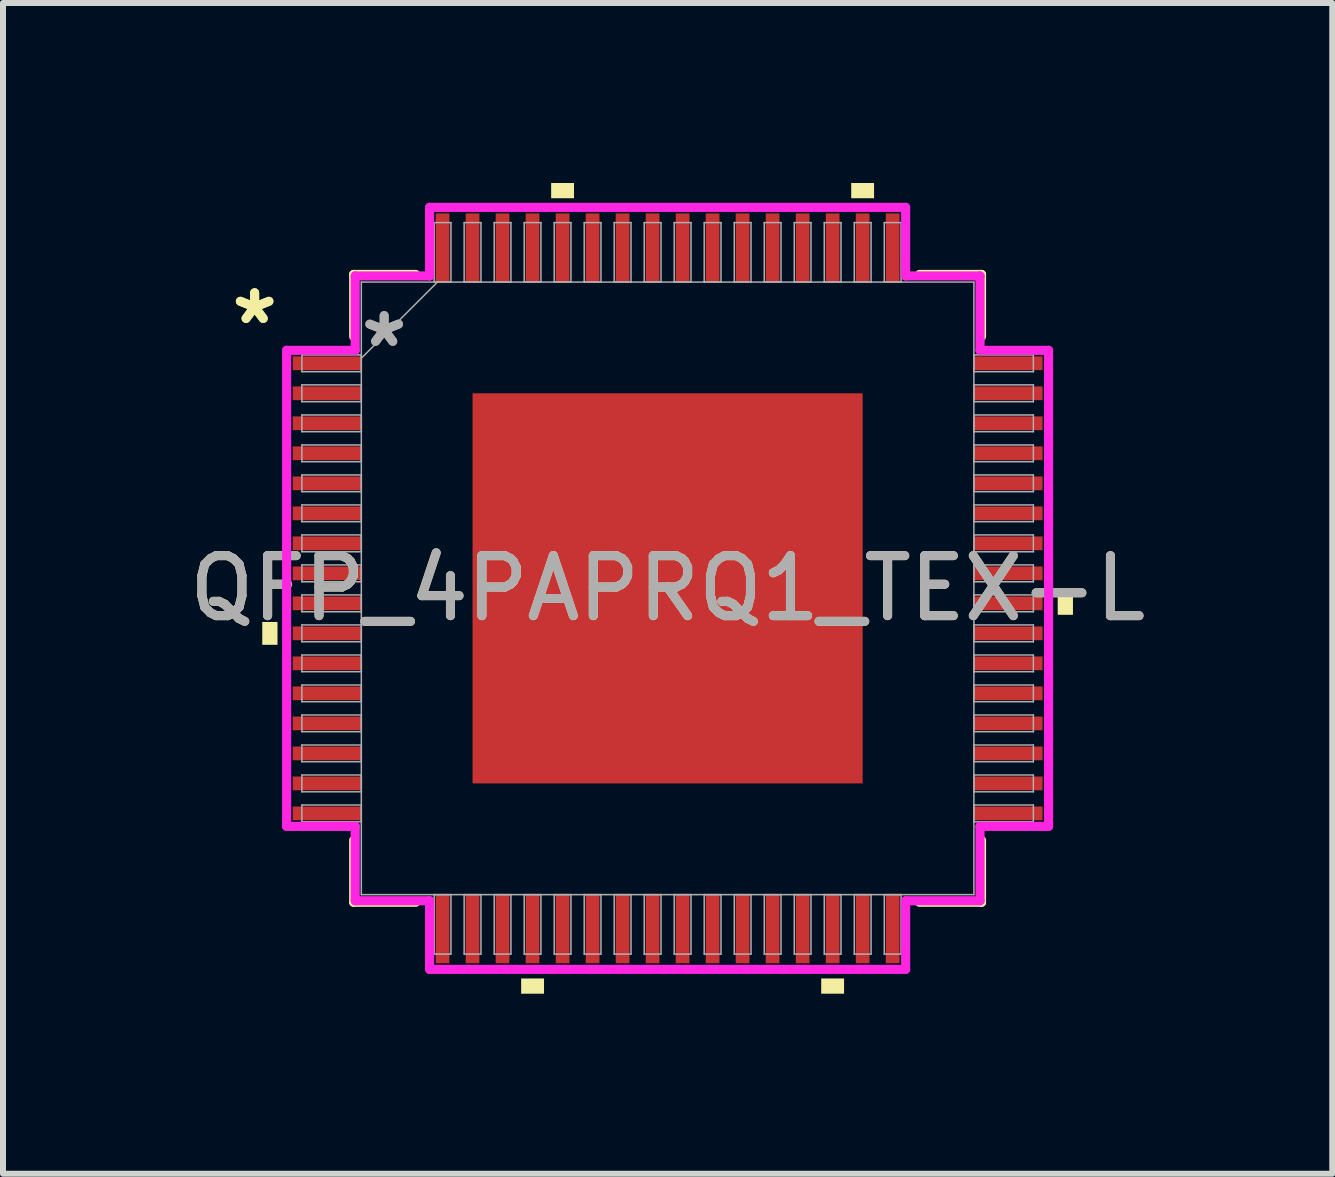
<source format=kicad_pcb>
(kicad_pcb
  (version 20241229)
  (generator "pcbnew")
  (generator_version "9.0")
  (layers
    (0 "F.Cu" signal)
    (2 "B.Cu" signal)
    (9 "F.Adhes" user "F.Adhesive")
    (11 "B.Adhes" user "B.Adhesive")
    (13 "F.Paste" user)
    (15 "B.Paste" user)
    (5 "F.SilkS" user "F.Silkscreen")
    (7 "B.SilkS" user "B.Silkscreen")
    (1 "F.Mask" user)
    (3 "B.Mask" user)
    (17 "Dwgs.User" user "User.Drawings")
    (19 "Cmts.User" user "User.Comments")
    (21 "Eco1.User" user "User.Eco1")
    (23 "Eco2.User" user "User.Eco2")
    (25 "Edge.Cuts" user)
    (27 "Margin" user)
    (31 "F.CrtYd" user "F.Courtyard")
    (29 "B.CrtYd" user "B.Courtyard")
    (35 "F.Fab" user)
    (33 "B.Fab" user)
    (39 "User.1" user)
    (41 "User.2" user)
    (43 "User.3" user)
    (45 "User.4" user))
  (footprint "QFP_4PAPRQ1_TEX-L"
    (layer "F.Cu")
    (at 8.077 6.756)
    (property "Reference" "QFP_4PAPRQ1_TEX-L" (at 0 0 0) (unlocked yes) (layer "F.SilkS") (effects (font (size 1 1) (thickness 0.15))))
    (attr smd)
    (fp_line (start -5.232 -5.232) (end -5.232 -4.198) (stroke (width 0.152) (type solid)) (layer "F.SilkS"))
    (fp_line (start -5.232 4.198) (end -5.232 5.232) (stroke (width 0.152) (type solid)) (layer "F.SilkS"))
    (fp_line (start -5.232 5.232) (end -4.198 5.232) (stroke (width 0.152) (type solid)) (layer "F.SilkS"))
    (fp_line (start -4.198 -5.232) (end -5.232 -5.232) (stroke (width 0.152) (type solid)) (layer "F.SilkS"))
    (fp_line (start 4.198 5.232) (end 5.232 5.232) (stroke (width 0.152) (type solid)) (layer "F.SilkS"))
    (fp_line (start 5.232 -5.232) (end 4.198 -5.232) (stroke (width 0.152) (type solid)) (layer "F.SilkS"))
    (fp_line (start 5.232 -4.198) (end 5.232 -5.232) (stroke (width 0.152) (type solid)) (layer "F.SilkS"))
    (fp_line (start 5.232 5.232) (end 5.232 4.198) (stroke (width 0.152) (type solid)) (layer "F.SilkS"))
    (fp_poly (pts (xy -6.756 0.56) (xy -6.756 0.941) (xy -6.502 0.941) (xy -6.502 0.56)) (stroke (width 0) (type solid)) (fill yes) (layer "F.SilkS"))
    (fp_poly (pts (xy -2.441 6.502) (xy -2.441 6.756) (xy -2.06 6.756) (xy -2.06 6.502)) (stroke (width 0) (type solid)) (fill yes) (layer "F.SilkS"))
    (fp_poly (pts (xy -1.941 -6.502) (xy -1.941 -6.756) (xy -1.56 -6.756) (xy -1.56 -6.502)) (stroke (width 0) (type solid)) (fill yes) (layer "F.SilkS"))
    (fp_poly (pts (xy 2.56 6.502) (xy 2.56 6.756) (xy 2.941 6.756) (xy 2.941 6.502)) (stroke (width 0) (type solid)) (fill yes) (layer "F.SilkS"))
    (fp_poly (pts (xy 3.06 -6.502) (xy 3.06 -6.756) (xy 3.441 -6.756) (xy 3.441 -6.502)) (stroke (width 0) (type solid)) (fill yes) (layer "F.SilkS"))
    (fp_poly (pts (xy 6.756 0.06) (xy 6.756 0.441) (xy 6.502 0.441) (xy 6.502 0.06)) (stroke (width 0) (type solid)) (fill yes) (layer "F.SilkS"))
    (fp_poly (pts (xy -3.151 -3.151) (xy -3.151 -2.051) (xy -2.051 -2.051) (xy -2.051 -3.151)) (stroke (width 0) (type solid)) (fill yes) (layer "F.Paste"))
    (fp_poly (pts (xy -3.151 -1.851) (xy -3.151 -0.75) (xy -2.051 -0.75) (xy -2.051 -1.851)) (stroke (width 0) (type solid)) (fill yes) (layer "F.Paste"))
    (fp_poly (pts (xy -3.151 -0.55) (xy -3.151 0.55) (xy -2.051 0.55) (xy -2.051 -0.55)) (stroke (width 0) (type solid)) (fill yes) (layer "F.Paste"))
    (fp_poly (pts (xy -3.151 0.75) (xy -3.151 1.851) (xy -2.051 1.851) (xy -2.051 0.75)) (stroke (width 0) (type solid)) (fill yes) (layer "F.Paste"))
    (fp_poly (pts (xy -3.151 2.051) (xy -3.151 3.151) (xy -2.051 3.151) (xy -2.051 2.051)) (stroke (width 0) (type solid)) (fill yes) (layer "F.Paste"))
    (fp_poly (pts (xy -1.851 -3.151) (xy -1.851 -2.051) (xy -0.75 -2.051) (xy -0.75 -3.151)) (stroke (width 0) (type solid)) (fill yes) (layer "F.Paste"))
    (fp_poly (pts (xy -1.851 -1.851) (xy -1.851 -0.75) (xy -0.75 -0.75) (xy -0.75 -1.851)) (stroke (width 0) (type solid)) (fill yes) (layer "F.Paste"))
    (fp_poly (pts (xy -1.851 -0.55) (xy -1.851 0.55) (xy -0.75 0.55) (xy -0.75 -0.55)) (stroke (width 0) (type solid)) (fill yes) (layer "F.Paste"))
    (fp_poly (pts (xy -1.851 0.75) (xy -1.851 1.851) (xy -0.75 1.851) (xy -0.75 0.75)) (stroke (width 0) (type solid)) (fill yes) (layer "F.Paste"))
    (fp_poly (pts (xy -1.851 2.051) (xy -1.851 3.151) (xy -0.75 3.151) (xy -0.75 2.051)) (stroke (width 0) (type solid)) (fill yes) (layer "F.Paste"))
    (fp_poly (pts (xy -0.55 -3.151) (xy -0.55 -2.051) (xy 0.55 -2.051) (xy 0.55 -3.151)) (stroke (width 0) (type solid)) (fill yes) (layer "F.Paste"))
    (fp_poly (pts (xy -0.55 -1.851) (xy -0.55 -0.75) (xy 0.55 -0.75) (xy 0.55 -1.851)) (stroke (width 0) (type solid)) (fill yes) (layer "F.Paste"))
    (fp_poly (pts (xy -0.55 -0.55) (xy -0.55 0.55) (xy 0.55 0.55) (xy 0.55 -0.55)) (stroke (width 0) (type solid)) (fill yes) (layer "F.Paste"))
    (fp_poly (pts (xy -0.55 0.75) (xy -0.55 1.851) (xy 0.55 1.851) (xy 0.55 0.75)) (stroke (width 0) (type solid)) (fill yes) (layer "F.Paste"))
    (fp_poly (pts (xy -0.55 2.051) (xy -0.55 3.151) (xy 0.55 3.151) (xy 0.55 2.051)) (stroke (width 0) (type solid)) (fill yes) (layer "F.Paste"))
    (fp_poly (pts (xy 0.75 -3.151) (xy 0.75 -2.051) (xy 1.851 -2.051) (xy 1.851 -3.151)) (stroke (width 0) (type solid)) (fill yes) (layer "F.Paste"))
    (fp_poly (pts (xy 0.75 -1.851) (xy 0.75 -0.75) (xy 1.851 -0.75) (xy 1.851 -1.851)) (stroke (width 0) (type solid)) (fill yes) (layer "F.Paste"))
    (fp_poly (pts (xy 0.75 -0.55) (xy 0.75 0.55) (xy 1.851 0.55) (xy 1.851 -0.55)) (stroke (width 0) (type solid)) (fill yes) (layer "F.Paste"))
    (fp_poly (pts (xy 0.75 0.75) (xy 0.75 1.851) (xy 1.851 1.851) (xy 1.851 0.75)) (stroke (width 0) (type solid)) (fill yes) (layer "F.Paste"))
    (fp_poly (pts (xy 0.75 2.051) (xy 0.75 3.151) (xy 1.851 3.151) (xy 1.851 2.051)) (stroke (width 0) (type solid)) (fill yes) (layer "F.Paste"))
    (fp_poly (pts (xy 2.051 -3.151) (xy 2.051 -2.051) (xy 3.151 -2.051) (xy 3.151 -3.151)) (stroke (width 0) (type solid)) (fill yes) (layer "F.Paste"))
    (fp_poly (pts (xy 2.051 -1.851) (xy 2.051 -0.75) (xy 3.151 -0.75) (xy 3.151 -1.851)) (stroke (width 0) (type solid)) (fill yes) (layer "F.Paste"))
    (fp_poly (pts (xy 2.051 -0.55) (xy 2.051 0.55) (xy 3.151 0.55) (xy 3.151 -0.55)) (stroke (width 0) (type solid)) (fill yes) (layer "F.Paste"))
    (fp_poly (pts (xy 2.051 0.75) (xy 2.051 1.851) (xy 3.151 1.851) (xy 3.151 0.75)) (stroke (width 0) (type solid)) (fill yes) (layer "F.Paste"))
    (fp_poly (pts (xy 2.051 2.051) (xy 2.051 3.151) (xy 3.151 3.151) (xy 3.151 2.051)) (stroke (width 0) (type solid)) (fill yes) (layer "F.Paste"))
    (fp_line (start -6.35 -3.967) (end -5.207 -3.967) (stroke (width 0.152) (type solid)) (layer "F.CrtYd"))
    (fp_line (start -6.35 3.967) (end -6.35 -3.967) (stroke (width 0.152) (type solid)) (layer "F.CrtYd"))
    (fp_line (start -5.207 -5.207) (end -3.967 -5.207) (stroke (width 0.152) (type solid)) (layer "F.CrtYd"))
    (fp_line (start -5.207 -3.967) (end -5.207 -5.207) (stroke (width 0.152) (type solid)) (layer "F.CrtYd"))
    (fp_line (start -5.207 3.967) (end -6.35 3.967) (stroke (width 0.152) (type solid)) (layer "F.CrtYd"))
    (fp_line (start -5.207 5.207) (end -5.207 3.967) (stroke (width 0.152) (type solid)) (layer "F.CrtYd"))
    (fp_line (start -5.207 5.207) (end -3.967 5.207) (stroke (width 0.152) (type solid)) (layer "F.CrtYd"))
    (fp_line (start -3.967 -6.35) (end 3.967 -6.35) (stroke (width 0.152) (type solid)) (layer "F.CrtYd"))
    (fp_line (start -3.967 -5.207) (end -3.967 -6.35) (stroke (width 0.152) (type solid)) (layer "F.CrtYd"))
    (fp_line (start -3.967 5.207) (end -3.967 6.35) (stroke (width 0.152) (type solid)) (layer "F.CrtYd"))
    (fp_line (start -3.967 6.35) (end 3.967 6.35) (stroke (width 0.152) (type solid)) (layer "F.CrtYd"))
    (fp_line (start 3.967 -6.35) (end 3.967 -5.207) (stroke (width 0.152) (type solid)) (layer "F.CrtYd"))
    (fp_line (start 3.967 -5.207) (end 5.207 -5.207) (stroke (width 0.152) (type solid)) (layer "F.CrtYd"))
    (fp_line (start 3.967 5.207) (end 5.207 5.207) (stroke (width 0.152) (type solid)) (layer "F.CrtYd"))
    (fp_line (start 3.967 6.35) (end 3.967 5.207) (stroke (width 0.152) (type solid)) (layer "F.CrtYd"))
    (fp_line (start 5.207 -3.967) (end 5.207 -5.207) (stroke (width 0.152) (type solid)) (layer "F.CrtYd"))
    (fp_line (start 5.207 3.967) (end 6.35 3.967) (stroke (width 0.152) (type solid)) (layer "F.CrtYd"))
    (fp_line (start 5.207 5.207) (end 5.207 3.967) (stroke (width 0.152) (type solid)) (layer "F.CrtYd"))
    (fp_line (start 6.35 -3.967) (end 5.207 -3.967) (stroke (width 0.152) (type solid)) (layer "F.CrtYd"))
    (fp_line (start 6.35 3.967) (end 6.35 -3.967) (stroke (width 0.152) (type solid)) (layer "F.CrtYd"))
    (fp_line (start -6.096 -3.891) (end -6.096 -3.611) (stroke (width 0.025) (type solid)) (layer "F.Fab"))
    (fp_line (start -6.096 -3.611) (end -5.105 -3.611) (stroke (width 0.025) (type solid)) (layer "F.Fab"))
    (fp_line (start -6.096 -3.391) (end -6.096 -3.111) (stroke (width 0.025) (type solid)) (layer "F.Fab"))
    (fp_line (start -6.096 -3.111) (end -5.105 -3.111) (stroke (width 0.025) (type solid)) (layer "F.Fab"))
    (fp_line (start -6.096 -2.89) (end -6.096 -2.611) (stroke (width 0.025) (type solid)) (layer "F.Fab"))
    (fp_line (start -6.096 -2.611) (end -5.105 -2.611) (stroke (width 0.025) (type solid)) (layer "F.Fab"))
    (fp_line (start -6.096 -2.39) (end -6.096 -2.111) (stroke (width 0.025) (type solid)) (layer "F.Fab"))
    (fp_line (start -6.096 -2.111) (end -5.105 -2.111) (stroke (width 0.025) (type solid)) (layer "F.Fab"))
    (fp_line (start -6.096 -1.89) (end -6.096 -1.611) (stroke (width 0.025) (type solid)) (layer "F.Fab"))
    (fp_line (start -6.096 -1.611) (end -5.105 -1.611) (stroke (width 0.025) (type solid)) (layer "F.Fab"))
    (fp_line (start -6.096 -1.39) (end -6.096 -1.111) (stroke (width 0.025) (type solid)) (layer "F.Fab"))
    (fp_line (start -6.096 -1.111) (end -5.105 -1.111) (stroke (width 0.025) (type solid)) (layer "F.Fab"))
    (fp_line (start -6.096 -0.89) (end -6.096 -0.61) (stroke (width 0.025) (type solid)) (layer "F.Fab"))
    (fp_line (start -6.096 -0.61) (end -5.105 -0.61) (stroke (width 0.025) (type solid)) (layer "F.Fab"))
    (fp_line (start -6.096 -0.39) (end -6.096 -0.11) (stroke (width 0.025) (type solid)) (layer "F.Fab"))
    (fp_line (start -6.096 -0.11) (end -5.105 -0.11) (stroke (width 0.025) (type solid)) (layer "F.Fab"))
    (fp_line (start -6.096 0.11) (end -6.096 0.39) (stroke (width 0.025) (type solid)) (layer "F.Fab"))
    (fp_line (start -6.096 0.39) (end -5.105 0.39) (stroke (width 0.025) (type solid)) (layer "F.Fab"))
    (fp_line (start -6.096 0.61) (end -6.096 0.89) (stroke (width 0.025) (type solid)) (layer "F.Fab"))
    (fp_line (start -6.096 0.89) (end -5.105 0.89) (stroke (width 0.025) (type solid)) (layer "F.Fab"))
    (fp_line (start -6.096 1.111) (end -6.096 1.39) (stroke (width 0.025) (type solid)) (layer "F.Fab"))
    (fp_line (start -6.096 1.39) (end -5.105 1.39) (stroke (width 0.025) (type solid)) (layer "F.Fab"))
    (fp_line (start -6.096 1.611) (end -6.096 1.89) (stroke (width 0.025) (type solid)) (layer "F.Fab"))
    (fp_line (start -6.096 1.89) (end -5.105 1.89) (stroke (width 0.025) (type solid)) (layer "F.Fab"))
    (fp_line (start -6.096 2.111) (end -6.096 2.39) (stroke (width 0.025) (type solid)) (layer "F.Fab"))
    (fp_line (start -6.096 2.39) (end -5.105 2.39) (stroke (width 0.025) (type solid)) (layer "F.Fab"))
    (fp_line (start -6.096 2.611) (end -6.096 2.89) (stroke (width 0.025) (type solid)) (layer "F.Fab"))
    (fp_line (start -6.096 2.89) (end -5.105 2.89) (stroke (width 0.025) (type solid)) (layer "F.Fab"))
    (fp_line (start -6.096 3.111) (end -6.096 3.391) (stroke (width 0.025) (type solid)) (layer "F.Fab"))
    (fp_line (start -6.096 3.391) (end -5.105 3.391) (stroke (width 0.025) (type solid)) (layer "F.Fab"))
    (fp_line (start -6.096 3.611) (end -6.096 3.891) (stroke (width 0.025) (type solid)) (layer "F.Fab"))
    (fp_line (start -6.096 3.891) (end -5.105 3.891) (stroke (width 0.025) (type solid)) (layer "F.Fab"))
    (fp_line (start -5.105 -5.105) (end -5.105 5.105) (stroke (width 0.025) (type solid)) (layer "F.Fab"))
    (fp_line (start -5.105 -3.891) (end -6.096 -3.891) (stroke (width 0.025) (type solid)) (layer "F.Fab"))
    (fp_line (start -5.105 -3.835) (end -3.835 -5.105) (stroke (width 0.025) (type solid)) (layer "F.Fab"))
    (fp_line (start -5.105 -3.611) (end -5.105 -3.891) (stroke (width 0.025) (type solid)) (layer "F.Fab"))
    (fp_line (start -5.105 -3.391) (end -6.096 -3.391) (stroke (width 0.025) (type solid)) (layer "F.Fab"))
    (fp_line (start -5.105 -3.111) (end -5.105 -3.391) (stroke (width 0.025) (type solid)) (layer "F.Fab"))
    (fp_line (start -5.105 -2.89) (end -6.096 -2.89) (stroke (width 0.025) (type solid)) (layer "F.Fab"))
    (fp_line (start -5.105 -2.611) (end -5.105 -2.89) (stroke (width 0.025) (type solid)) (layer "F.Fab"))
    (fp_line (start -5.105 -2.39) (end -6.096 -2.39) (stroke (width 0.025) (type solid)) (layer "F.Fab"))
    (fp_line (start -5.105 -2.111) (end -5.105 -2.39) (stroke (width 0.025) (type solid)) (layer "F.Fab"))
    (fp_line (start -5.105 -1.89) (end -6.096 -1.89) (stroke (width 0.025) (type solid)) (layer "F.Fab"))
    (fp_line (start -5.105 -1.611) (end -5.105 -1.89) (stroke (width 0.025) (type solid)) (layer "F.Fab"))
    (fp_line (start -5.105 -1.39) (end -6.096 -1.39) (stroke (width 0.025) (type solid)) (layer "F.Fab"))
    (fp_line (start -5.105 -1.111) (end -5.105 -1.39) (stroke (width 0.025) (type solid)) (layer "F.Fab"))
    (fp_line (start -5.105 -0.89) (end -6.096 -0.89) (stroke (width 0.025) (type solid)) (layer "F.Fab"))
    (fp_line (start -5.105 -0.61) (end -5.105 -0.89) (stroke (width 0.025) (type solid)) (layer "F.Fab"))
    (fp_line (start -5.105 -0.39) (end -6.096 -0.39) (stroke (width 0.025) (type solid)) (layer "F.Fab"))
    (fp_line (start -5.105 -0.11) (end -5.105 -0.39) (stroke (width 0.025) (type solid)) (layer "F.Fab"))
    (fp_line (start -5.105 0.11) (end -6.096 0.11) (stroke (width 0.025) (type solid)) (layer "F.Fab"))
    (fp_line (start -5.105 0.39) (end -5.105 0.11) (stroke (width 0.025) (type solid)) (layer "F.Fab"))
    (fp_line (start -5.105 0.61) (end -6.096 0.61) (stroke (width 0.025) (type solid)) (layer "F.Fab"))
    (fp_line (start -5.105 0.89) (end -5.105 0.61) (stroke (width 0.025) (type solid)) (layer "F.Fab"))
    (fp_line (start -5.105 1.111) (end -6.096 1.111) (stroke (width 0.025) (type solid)) (layer "F.Fab"))
    (fp_line (start -5.105 1.39) (end -5.105 1.111) (stroke (width 0.025) (type solid)) (layer "F.Fab"))
    (fp_line (start -5.105 1.611) (end -6.096 1.611) (stroke (width 0.025) (type solid)) (layer "F.Fab"))
    (fp_line (start -5.105 1.89) (end -5.105 1.611) (stroke (width 0.025) (type solid)) (layer "F.Fab"))
    (fp_line (start -5.105 2.111) (end -6.096 2.111) (stroke (width 0.025) (type solid)) (layer "F.Fab"))
    (fp_line (start -5.105 2.39) (end -5.105 2.111) (stroke (width 0.025) (type solid)) (layer "F.Fab"))
    (fp_line (start -5.105 2.611) (end -6.096 2.611) (stroke (width 0.025) (type solid)) (layer "F.Fab"))
    (fp_line (start -5.105 2.89) (end -5.105 2.611) (stroke (width 0.025) (type solid)) (layer "F.Fab"))
    (fp_line (start -5.105 3.111) (end -6.096 3.111) (stroke (width 0.025) (type solid)) (layer "F.Fab"))
    (fp_line (start -5.105 3.391) (end -5.105 3.111) (stroke (width 0.025) (type solid)) (layer "F.Fab"))
    (fp_line (start -5.105 3.611) (end -6.096 3.611) (stroke (width 0.025) (type solid)) (layer "F.Fab"))
    (fp_line (start -5.105 3.891) (end -5.105 3.611) (stroke (width 0.025) (type solid)) (layer "F.Fab"))
    (fp_line (start -5.105 5.105) (end 5.105 5.105) (stroke (width 0.025) (type solid)) (layer "F.Fab"))
    (fp_line (start -3.891 -6.096) (end -3.891 -5.105) (stroke (width 0.025) (type solid)) (layer "F.Fab"))
    (fp_line (start -3.891 -5.105) (end -3.611 -5.105) (stroke (width 0.025) (type solid)) (layer "F.Fab"))
    (fp_line (start -3.891 5.105) (end -3.891 6.096) (stroke (width 0.025) (type solid)) (layer "F.Fab"))
    (fp_line (start -3.891 6.096) (end -3.611 6.096) (stroke (width 0.025) (type solid)) (layer "F.Fab"))
    (fp_line (start -3.611 -6.096) (end -3.891 -6.096) (stroke (width 0.025) (type solid)) (layer "F.Fab"))
    (fp_line (start -3.611 -5.105) (end -3.611 -6.096) (stroke (width 0.025) (type solid)) (layer "F.Fab"))
    (fp_line (start -3.611 5.105) (end -3.891 5.105) (stroke (width 0.025) (type solid)) (layer "F.Fab"))
    (fp_line (start -3.611 6.096) (end -3.611 5.105) (stroke (width 0.025) (type solid)) (layer "F.Fab"))
    (fp_line (start -3.391 -6.096) (end -3.391 -5.105) (stroke (width 0.025) (type solid)) (layer "F.Fab"))
    (fp_line (start -3.391 -5.105) (end -3.111 -5.105) (stroke (width 0.025) (type solid)) (layer "F.Fab"))
    (fp_line (start -3.391 5.105) (end -3.391 6.096) (stroke (width 0.025) (type solid)) (layer "F.Fab"))
    (fp_line (start -3.391 6.096) (end -3.111 6.096) (stroke (width 0.025) (type solid)) (layer "F.Fab"))
    (fp_line (start -3.111 -6.096) (end -3.391 -6.096) (stroke (width 0.025) (type solid)) (layer "F.Fab"))
    (fp_line (start -3.111 -5.105) (end -3.111 -6.096) (stroke (width 0.025) (type solid)) (layer "F.Fab"))
    (fp_line (start -3.111 5.105) (end -3.391 5.105) (stroke (width 0.025) (type solid)) (layer "F.Fab"))
    (fp_line (start -3.111 6.096) (end -3.111 5.105) (stroke (width 0.025) (type solid)) (layer "F.Fab"))
    (fp_line (start -2.89 -6.096) (end -2.89 -5.105) (stroke (width 0.025) (type solid)) (layer "F.Fab"))
    (fp_line (start -2.89 -5.105) (end -2.611 -5.105) (stroke (width 0.025) (type solid)) (layer "F.Fab"))
    (fp_line (start -2.89 5.105) (end -2.89 6.096) (stroke (width 0.025) (type solid)) (layer "F.Fab"))
    (fp_line (start -2.89 6.096) (end -2.611 6.096) (stroke (width 0.025) (type solid)) (layer "F.Fab"))
    (fp_line (start -2.611 -6.096) (end -2.89 -6.096) (stroke (width 0.025) (type solid)) (layer "F.Fab"))
    (fp_line (start -2.611 -5.105) (end -2.611 -6.096) (stroke (width 0.025) (type solid)) (layer "F.Fab"))
    (fp_line (start -2.611 5.105) (end -2.89 5.105) (stroke (width 0.025) (type solid)) (layer "F.Fab"))
    (fp_line (start -2.611 6.096) (end -2.611 5.105) (stroke (width 0.025) (type solid)) (layer "F.Fab"))
    (fp_line (start -2.39 -6.096) (end -2.39 -5.105) (stroke (width 0.025) (type solid)) (layer "F.Fab"))
    (fp_line (start -2.39 -5.105) (end -2.111 -5.105) (stroke (width 0.025) (type solid)) (layer "F.Fab"))
    (fp_line (start -2.39 5.105) (end -2.39 6.096) (stroke (width 0.025) (type solid)) (layer "F.Fab"))
    (fp_line (start -2.39 6.096) (end -2.111 6.096) (stroke (width 0.025) (type solid)) (layer "F.Fab"))
    (fp_line (start -2.111 -6.096) (end -2.39 -6.096) (stroke (width 0.025) (type solid)) (layer "F.Fab"))
    (fp_line (start -2.111 -5.105) (end -2.111 -6.096) (stroke (width 0.025) (type solid)) (layer "F.Fab"))
    (fp_line (start -2.111 5.105) (end -2.39 5.105) (stroke (width 0.025) (type solid)) (layer "F.Fab"))
    (fp_line (start -2.111 6.096) (end -2.111 5.105) (stroke (width 0.025) (type solid)) (layer "F.Fab"))
    (fp_line (start -1.89 -6.096) (end -1.89 -5.105) (stroke (width 0.025) (type solid)) (layer "F.Fab"))
    (fp_line (start -1.89 -5.105) (end -1.611 -5.105) (stroke (width 0.025) (type solid)) (layer "F.Fab"))
    (fp_line (start -1.89 5.105) (end -1.89 6.096) (stroke (width 0.025) (type solid)) (layer "F.Fab"))
    (fp_line (start -1.89 6.096) (end -1.611 6.096) (stroke (width 0.025) (type solid)) (layer "F.Fab"))
    (fp_line (start -1.611 -6.096) (end -1.89 -6.096) (stroke (width 0.025) (type solid)) (layer "F.Fab"))
    (fp_line (start -1.611 -5.105) (end -1.611 -6.096) (stroke (width 0.025) (type solid)) (layer "F.Fab"))
    (fp_line (start -1.611 5.105) (end -1.89 5.105) (stroke (width 0.025) (type solid)) (layer "F.Fab"))
    (fp_line (start -1.611 6.096) (end -1.611 5.105) (stroke (width 0.025) (type solid)) (layer "F.Fab"))
    (fp_line (start -1.39 -6.096) (end -1.39 -5.105) (stroke (width 0.025) (type solid)) (layer "F.Fab"))
    (fp_line (start -1.39 -5.105) (end -1.111 -5.105) (stroke (width 0.025) (type solid)) (layer "F.Fab"))
    (fp_line (start -1.39 5.105) (end -1.39 6.096) (stroke (width 0.025) (type solid)) (layer "F.Fab"))
    (fp_line (start -1.39 6.096) (end -1.111 6.096) (stroke (width 0.025) (type solid)) (layer "F.Fab"))
    (fp_line (start -1.111 -6.096) (end -1.39 -6.096) (stroke (width 0.025) (type solid)) (layer "F.Fab"))
    (fp_line (start -1.111 -5.105) (end -1.111 -6.096) (stroke (width 0.025) (type solid)) (layer "F.Fab"))
    (fp_line (start -1.111 5.105) (end -1.39 5.105) (stroke (width 0.025) (type solid)) (layer "F.Fab"))
    (fp_line (start -1.111 6.096) (end -1.111 5.105) (stroke (width 0.025) (type solid)) (layer "F.Fab"))
    (fp_line (start -0.89 -6.096) (end -0.89 -5.105) (stroke (width 0.025) (type solid)) (layer "F.Fab"))
    (fp_line (start -0.89 -5.105) (end -0.61 -5.105) (stroke (width 0.025) (type solid)) (layer "F.Fab"))
    (fp_line (start -0.89 5.105) (end -0.89 6.096) (stroke (width 0.025) (type solid)) (layer "F.Fab"))
    (fp_line (start -0.89 6.096) (end -0.61 6.096) (stroke (width 0.025) (type solid)) (layer "F.Fab"))
    (fp_line (start -0.61 -6.096) (end -0.89 -6.096) (stroke (width 0.025) (type solid)) (layer "F.Fab"))
    (fp_line (start -0.61 -5.105) (end -0.61 -6.096) (stroke (width 0.025) (type solid)) (layer "F.Fab"))
    (fp_line (start -0.61 5.105) (end -0.89 5.105) (stroke (width 0.025) (type solid)) (layer "F.Fab"))
    (fp_line (start -0.61 6.096) (end -0.61 5.105) (stroke (width 0.025) (type solid)) (layer "F.Fab"))
    (fp_line (start -0.39 -6.096) (end -0.39 -5.105) (stroke (width 0.025) (type solid)) (layer "F.Fab"))
    (fp_line (start -0.39 -5.105) (end -0.11 -5.105) (stroke (width 0.025) (type solid)) (layer "F.Fab"))
    (fp_line (start -0.39 5.105) (end -0.39 6.096) (stroke (width 0.025) (type solid)) (layer "F.Fab"))
    (fp_line (start -0.39 6.096) (end -0.11 6.096) (stroke (width 0.025) (type solid)) (layer "F.Fab"))
    (fp_line (start -0.11 -6.096) (end -0.39 -6.096) (stroke (width 0.025) (type solid)) (layer "F.Fab"))
    (fp_line (start -0.11 -5.105) (end -0.11 -6.096) (stroke (width 0.025) (type solid)) (layer "F.Fab"))
    (fp_line (start -0.11 5.105) (end -0.39 5.105) (stroke (width 0.025) (type solid)) (layer "F.Fab"))
    (fp_line (start -0.11 6.096) (end -0.11 5.105) (stroke (width 0.025) (type solid)) (layer "F.Fab"))
    (fp_line (start 0.11 -6.096) (end 0.11 -5.105) (stroke (width 0.025) (type solid)) (layer "F.Fab"))
    (fp_line (start 0.11 -5.105) (end 0.39 -5.105) (stroke (width 0.025) (type solid)) (layer "F.Fab"))
    (fp_line (start 0.11 5.105) (end 0.11 6.096) (stroke (width 0.025) (type solid)) (layer "F.Fab"))
    (fp_line (start 0.11 6.096) (end 0.39 6.096) (stroke (width 0.025) (type solid)) (layer "F.Fab"))
    (fp_line (start 0.39 -6.096) (end 0.11 -6.096) (stroke (width 0.025) (type solid)) (layer "F.Fab"))
    (fp_line (start 0.39 -5.105) (end 0.39 -6.096) (stroke (width 0.025) (type solid)) (layer "F.Fab"))
    (fp_line (start 0.39 5.105) (end 0.11 5.105) (stroke (width 0.025) (type solid)) (layer "F.Fab"))
    (fp_line (start 0.39 6.096) (end 0.39 5.105) (stroke (width 0.025) (type solid)) (layer "F.Fab"))
    (fp_line (start 0.61 -6.096) (end 0.61 -5.105) (stroke (width 0.025) (type solid)) (layer "F.Fab"))
    (fp_line (start 0.61 -5.105) (end 0.89 -5.105) (stroke (width 0.025) (type solid)) (layer "F.Fab"))
    (fp_line (start 0.61 5.105) (end 0.61 6.096) (stroke (width 0.025) (type solid)) (layer "F.Fab"))
    (fp_line (start 0.61 6.096) (end 0.89 6.096) (stroke (width 0.025) (type solid)) (layer "F.Fab"))
    (fp_line (start 0.89 -6.096) (end 0.61 -6.096) (stroke (width 0.025) (type solid)) (layer "F.Fab"))
    (fp_line (start 0.89 -5.105) (end 0.89 -6.096) (stroke (width 0.025) (type solid)) (layer "F.Fab"))
    (fp_line (start 0.89 5.105) (end 0.61 5.105) (stroke (width 0.025) (type solid)) (layer "F.Fab"))
    (fp_line (start 0.89 6.096) (end 0.89 5.105) (stroke (width 0.025) (type solid)) (layer "F.Fab"))
    (fp_line (start 1.111 -6.096) (end 1.111 -5.105) (stroke (width 0.025) (type solid)) (layer "F.Fab"))
    (fp_line (start 1.111 -5.105) (end 1.39 -5.105) (stroke (width 0.025) (type solid)) (layer "F.Fab"))
    (fp_line (start 1.111 5.105) (end 1.111 6.096) (stroke (width 0.025) (type solid)) (layer "F.Fab"))
    (fp_line (start 1.111 6.096) (end 1.39 6.096) (stroke (width 0.025) (type solid)) (layer "F.Fab"))
    (fp_line (start 1.39 -6.096) (end 1.111 -6.096) (stroke (width 0.025) (type solid)) (layer "F.Fab"))
    (fp_line (start 1.39 -5.105) (end 1.39 -6.096) (stroke (width 0.025) (type solid)) (layer "F.Fab"))
    (fp_line (start 1.39 5.105) (end 1.111 5.105) (stroke (width 0.025) (type solid)) (layer "F.Fab"))
    (fp_line (start 1.39 6.096) (end 1.39 5.105) (stroke (width 0.025) (type solid)) (layer "F.Fab"))
    (fp_line (start 1.611 -6.096) (end 1.611 -5.105) (stroke (width 0.025) (type solid)) (layer "F.Fab"))
    (fp_line (start 1.611 -5.105) (end 1.89 -5.105) (stroke (width 0.025) (type solid)) (layer "F.Fab"))
    (fp_line (start 1.611 5.105) (end 1.611 6.096) (stroke (width 0.025) (type solid)) (layer "F.Fab"))
    (fp_line (start 1.611 6.096) (end 1.89 6.096) (stroke (width 0.025) (type solid)) (layer "F.Fab"))
    (fp_line (start 1.89 -6.096) (end 1.611 -6.096) (stroke (width 0.025) (type solid)) (layer "F.Fab"))
    (fp_line (start 1.89 -5.105) (end 1.89 -6.096) (stroke (width 0.025) (type solid)) (layer "F.Fab"))
    (fp_line (start 1.89 5.105) (end 1.611 5.105) (stroke (width 0.025) (type solid)) (layer "F.Fab"))
    (fp_line (start 1.89 6.096) (end 1.89 5.105) (stroke (width 0.025) (type solid)) (layer "F.Fab"))
    (fp_line (start 2.111 -6.096) (end 2.111 -5.105) (stroke (width 0.025) (type solid)) (layer "F.Fab"))
    (fp_line (start 2.111 -5.105) (end 2.39 -5.105) (stroke (width 0.025) (type solid)) (layer "F.Fab"))
    (fp_line (start 2.111 5.105) (end 2.111 6.096) (stroke (width 0.025) (type solid)) (layer "F.Fab"))
    (fp_line (start 2.111 6.096) (end 2.39 6.096) (stroke (width 0.025) (type solid)) (layer "F.Fab"))
    (fp_line (start 2.39 -6.096) (end 2.111 -6.096) (stroke (width 0.025) (type solid)) (layer "F.Fab"))
    (fp_line (start 2.39 -5.105) (end 2.39 -6.096) (stroke (width 0.025) (type solid)) (layer "F.Fab"))
    (fp_line (start 2.39 5.105) (end 2.111 5.105) (stroke (width 0.025) (type solid)) (layer "F.Fab"))
    (fp_line (start 2.39 6.096) (end 2.39 5.105) (stroke (width 0.025) (type solid)) (layer "F.Fab"))
    (fp_line (start 2.611 -6.096) (end 2.611 -5.105) (stroke (width 0.025) (type solid)) (layer "F.Fab"))
    (fp_line (start 2.611 -5.105) (end 2.89 -5.105) (stroke (width 0.025) (type solid)) (layer "F.Fab"))
    (fp_line (start 2.611 5.105) (end 2.611 6.096) (stroke (width 0.025) (type solid)) (layer "F.Fab"))
    (fp_line (start 2.611 6.096) (end 2.89 6.096) (stroke (width 0.025) (type solid)) (layer "F.Fab"))
    (fp_line (start 2.89 -6.096) (end 2.611 -6.096) (stroke (width 0.025) (type solid)) (layer "F.Fab"))
    (fp_line (start 2.89 -5.105) (end 2.89 -6.096) (stroke (width 0.025) (type solid)) (layer "F.Fab"))
    (fp_line (start 2.89 5.105) (end 2.611 5.105) (stroke (width 0.025) (type solid)) (layer "F.Fab"))
    (fp_line (start 2.89 6.096) (end 2.89 5.105) (stroke (width 0.025) (type solid)) (layer "F.Fab"))
    (fp_line (start 3.111 -6.096) (end 3.111 -5.105) (stroke (width 0.025) (type solid)) (layer "F.Fab"))
    (fp_line (start 3.111 -5.105) (end 3.391 -5.105) (stroke (width 0.025) (type solid)) (layer "F.Fab"))
    (fp_line (start 3.111 5.105) (end 3.111 6.096) (stroke (width 0.025) (type solid)) (layer "F.Fab"))
    (fp_line (start 3.111 6.096) (end 3.391 6.096) (stroke (width 0.025) (type solid)) (layer "F.Fab"))
    (fp_line (start 3.391 -6.096) (end 3.111 -6.096) (stroke (width 0.025) (type solid)) (layer "F.Fab"))
    (fp_line (start 3.391 -5.105) (end 3.391 -6.096) (stroke (width 0.025) (type solid)) (layer "F.Fab"))
    (fp_line (start 3.391 5.105) (end 3.111 5.105) (stroke (width 0.025) (type solid)) (layer "F.Fab"))
    (fp_line (start 3.391 6.096) (end 3.391 5.105) (stroke (width 0.025) (type solid)) (layer "F.Fab"))
    (fp_line (start 3.611 -6.096) (end 3.611 -5.105) (stroke (width 0.025) (type solid)) (layer "F.Fab"))
    (fp_line (start 3.611 -5.105) (end 3.891 -5.105) (stroke (width 0.025) (type solid)) (layer "F.Fab"))
    (fp_line (start 3.611 5.105) (end 3.611 6.096) (stroke (width 0.025) (type solid)) (layer "F.Fab"))
    (fp_line (start 3.611 6.096) (end 3.891 6.096) (stroke (width 0.025) (type solid)) (layer "F.Fab"))
    (fp_line (start 3.891 -6.096) (end 3.611 -6.096) (stroke (width 0.025) (type solid)) (layer "F.Fab"))
    (fp_line (start 3.891 -5.105) (end 3.891 -6.096) (stroke (width 0.025) (type solid)) (layer "F.Fab"))
    (fp_line (start 3.891 5.105) (end 3.611 5.105) (stroke (width 0.025) (type solid)) (layer "F.Fab"))
    (fp_line (start 3.891 6.096) (end 3.891 5.105) (stroke (width 0.025) (type solid)) (layer "F.Fab"))
    (fp_line (start 5.105 -5.105) (end -5.105 -5.105) (stroke (width 0.025) (type solid)) (layer "F.Fab"))
    (fp_line (start 5.105 -3.891) (end 5.105 -3.611) (stroke (width 0.025) (type solid)) (layer "F.Fab"))
    (fp_line (start 5.105 -3.611) (end 6.096 -3.611) (stroke (width 0.025) (type solid)) (layer "F.Fab"))
    (fp_line (start 5.105 -3.391) (end 5.105 -3.111) (stroke (width 0.025) (type solid)) (layer "F.Fab"))
    (fp_line (start 5.105 -3.111) (end 6.096 -3.111) (stroke (width 0.025) (type solid)) (layer "F.Fab"))
    (fp_line (start 5.105 -2.89) (end 5.105 -2.611) (stroke (width 0.025) (type solid)) (layer "F.Fab"))
    (fp_line (start 5.105 -2.611) (end 6.096 -2.611) (stroke (width 0.025) (type solid)) (layer "F.Fab"))
    (fp_line (start 5.105 -2.39) (end 5.105 -2.111) (stroke (width 0.025) (type solid)) (layer "F.Fab"))
    (fp_line (start 5.105 -2.111) (end 6.096 -2.111) (stroke (width 0.025) (type solid)) (layer "F.Fab"))
    (fp_line (start 5.105 -1.89) (end 5.105 -1.611) (stroke (width 0.025) (type solid)) (layer "F.Fab"))
    (fp_line (start 5.105 -1.611) (end 6.096 -1.611) (stroke (width 0.025) (type solid)) (layer "F.Fab"))
    (fp_line (start 5.105 -1.39) (end 5.105 -1.111) (stroke (width 0.025) (type solid)) (layer "F.Fab"))
    (fp_line (start 5.105 -1.111) (end 6.096 -1.111) (stroke (width 0.025) (type solid)) (layer "F.Fab"))
    (fp_line (start 5.105 -0.89) (end 5.105 -0.61) (stroke (width 0.025) (type solid)) (layer "F.Fab"))
    (fp_line (start 5.105 -0.61) (end 6.096 -0.61) (stroke (width 0.025) (type solid)) (layer "F.Fab"))
    (fp_line (start 5.105 -0.39) (end 5.105 -0.11) (stroke (width 0.025) (type solid)) (layer "F.Fab"))
    (fp_line (start 5.105 -0.11) (end 6.096 -0.11) (stroke (width 0.025) (type solid)) (layer "F.Fab"))
    (fp_line (start 5.105 0.11) (end 5.105 0.39) (stroke (width 0.025) (type solid)) (layer "F.Fab"))
    (fp_line (start 5.105 0.39) (end 6.096 0.39) (stroke (width 0.025) (type solid)) (layer "F.Fab"))
    (fp_line (start 5.105 0.61) (end 5.105 0.89) (stroke (width 0.025) (type solid)) (layer "F.Fab"))
    (fp_line (start 5.105 0.89) (end 6.096 0.89) (stroke (width 0.025) (type solid)) (layer "F.Fab"))
    (fp_line (start 5.105 1.111) (end 5.105 1.39) (stroke (width 0.025) (type solid)) (layer "F.Fab"))
    (fp_line (start 5.105 1.39) (end 6.096 1.39) (stroke (width 0.025) (type solid)) (layer "F.Fab"))
    (fp_line (start 5.105 1.611) (end 5.105 1.89) (stroke (width 0.025) (type solid)) (layer "F.Fab"))
    (fp_line (start 5.105 1.89) (end 6.096 1.89) (stroke (width 0.025) (type solid)) (layer "F.Fab"))
    (fp_line (start 5.105 2.111) (end 5.105 2.39) (stroke (width 0.025) (type solid)) (layer "F.Fab"))
    (fp_line (start 5.105 2.39) (end 6.096 2.39) (stroke (width 0.025) (type solid)) (layer "F.Fab"))
    (fp_line (start 5.105 2.611) (end 5.105 2.89) (stroke (width 0.025) (type solid)) (layer "F.Fab"))
    (fp_line (start 5.105 2.89) (end 6.096 2.89) (stroke (width 0.025) (type solid)) (layer "F.Fab"))
    (fp_line (start 5.105 3.111) (end 5.105 3.391) (stroke (width 0.025) (type solid)) (layer "F.Fab"))
    (fp_line (start 5.105 3.391) (end 6.096 3.391) (stroke (width 0.025) (type solid)) (layer "F.Fab"))
    (fp_line (start 5.105 3.611) (end 5.105 3.891) (stroke (width 0.025) (type solid)) (layer "F.Fab"))
    (fp_line (start 5.105 3.891) (end 6.096 3.891) (stroke (width 0.025) (type solid)) (layer "F.Fab"))
    (fp_line (start 5.105 5.105) (end 5.105 -5.105) (stroke (width 0.025) (type solid)) (layer "F.Fab"))
    (fp_line (start 6.096 -3.891) (end 5.105 -3.891) (stroke (width 0.025) (type solid)) (layer "F.Fab"))
    (fp_line (start 6.096 -3.611) (end 6.096 -3.891) (stroke (width 0.025) (type solid)) (layer "F.Fab"))
    (fp_line (start 6.096 -3.391) (end 5.105 -3.391) (stroke (width 0.025) (type solid)) (layer "F.Fab"))
    (fp_line (start 6.096 -3.111) (end 6.096 -3.391) (stroke (width 0.025) (type solid)) (layer "F.Fab"))
    (fp_line (start 6.096 -2.89) (end 5.105 -2.89) (stroke (width 0.025) (type solid)) (layer "F.Fab"))
    (fp_line (start 6.096 -2.611) (end 6.096 -2.89) (stroke (width 0.025) (type solid)) (layer "F.Fab"))
    (fp_line (start 6.096 -2.39) (end 5.105 -2.39) (stroke (width 0.025) (type solid)) (layer "F.Fab"))
    (fp_line (start 6.096 -2.111) (end 6.096 -2.39) (stroke (width 0.025) (type solid)) (layer "F.Fab"))
    (fp_line (start 6.096 -1.89) (end 5.105 -1.89) (stroke (width 0.025) (type solid)) (layer "F.Fab"))
    (fp_line (start 6.096 -1.611) (end 6.096 -1.89) (stroke (width 0.025) (type solid)) (layer "F.Fab"))
    (fp_line (start 6.096 -1.39) (end 5.105 -1.39) (stroke (width 0.025) (type solid)) (layer "F.Fab"))
    (fp_line (start 6.096 -1.111) (end 6.096 -1.39) (stroke (width 0.025) (type solid)) (layer "F.Fab"))
    (fp_line (start 6.096 -0.89) (end 5.105 -0.89) (stroke (width 0.025) (type solid)) (layer "F.Fab"))
    (fp_line (start 6.096 -0.61) (end 6.096 -0.89) (stroke (width 0.025) (type solid)) (layer "F.Fab"))
    (fp_line (start 6.096 -0.39) (end 5.105 -0.39) (stroke (width 0.025) (type solid)) (layer "F.Fab"))
    (fp_line (start 6.096 -0.11) (end 6.096 -0.39) (stroke (width 0.025) (type solid)) (layer "F.Fab"))
    (fp_line (start 6.096 0.11) (end 5.105 0.11) (stroke (width 0.025) (type solid)) (layer "F.Fab"))
    (fp_line (start 6.096 0.39) (end 6.096 0.11) (stroke (width 0.025) (type solid)) (layer "F.Fab"))
    (fp_line (start 6.096 0.61) (end 5.105 0.61) (stroke (width 0.025) (type solid)) (layer "F.Fab"))
    (fp_line (start 6.096 0.89) (end 6.096 0.61) (stroke (width 0.025) (type solid)) (layer "F.Fab"))
    (fp_line (start 6.096 1.111) (end 5.105 1.111) (stroke (width 0.025) (type solid)) (layer "F.Fab"))
    (fp_line (start 6.096 1.39) (end 6.096 1.111) (stroke (width 0.025) (type solid)) (layer "F.Fab"))
    (fp_line (start 6.096 1.611) (end 5.105 1.611) (stroke (width 0.025) (type solid)) (layer "F.Fab"))
    (fp_line (start 6.096 1.89) (end 6.096 1.611) (stroke (width 0.025) (type solid)) (layer "F.Fab"))
    (fp_line (start 6.096 2.111) (end 5.105 2.111) (stroke (width 0.025) (type solid)) (layer "F.Fab"))
    (fp_line (start 6.096 2.39) (end 6.096 2.111) (stroke (width 0.025) (type solid)) (layer "F.Fab"))
    (fp_line (start 6.096 2.611) (end 5.105 2.611) (stroke (width 0.025) (type solid)) (layer "F.Fab"))
    (fp_line (start 6.096 2.89) (end 6.096 2.611) (stroke (width 0.025) (type solid)) (layer "F.Fab"))
    (fp_line (start 6.096 3.111) (end 5.105 3.111) (stroke (width 0.025) (type solid)) (layer "F.Fab"))
    (fp_line (start 6.096 3.391) (end 6.096 3.111) (stroke (width 0.025) (type solid)) (layer "F.Fab"))
    (fp_line (start 6.096 3.611) (end 5.105 3.611) (stroke (width 0.025) (type solid)) (layer "F.Fab"))
    (fp_line (start 6.096 3.891) (end 6.096 3.611) (stroke (width 0.025) (type solid)) (layer "F.Fab"))
    (fp_text user "*" (at -6.883 -4.382 0) (layer "F.SilkS") (effects (font (size 1 1) (thickness 0.15))))
    (fp_text user "*" (at -6.883 -4.382 0) (unlocked yes) (layer "F.SilkS") (effects (font (size 1 1) (thickness 0.15))))
    (fp_text user "*" (at -4.724 -4.001 0) (unlocked yes) (layer "F.Fab") (effects (font (size 1 1) (thickness 0.15))))
    (fp_text user "*" (at -4.724 -4.001 0) (layer "F.Fab") (effects (font (size 1 1) (thickness 0.15))))
    (fp_text user "${REFERENCE}" (at 0 0 0) (unlocked yes) (layer "F.Fab") (effects (font (size 1 1) (thickness 0.15))))
    (pad "1" smd rect (at -5.677 -3.751 90) (size 0.229 1.143) (layers "F.Cu" "F.Mask" "F.Paste"))
    (pad "2" smd rect (at -5.677 -3.251 90) (size 0.229 1.143) (layers "F.Cu" "F.Mask" "F.Paste"))
    (pad "3" smd rect (at -5.677 -2.751 90) (size 0.229 1.143) (layers "F.Cu" "F.Mask" "F.Paste"))
    (pad "4" smd rect (at -5.677 -2.251 90) (size 0.229 1.143) (layers "F.Cu" "F.Mask" "F.Paste"))
    (pad "5" smd rect (at -5.677 -1.75 90) (size 0.229 1.143) (layers "F.Cu" "F.Mask" "F.Paste"))
    (pad "6" smd rect (at -5.677 -1.25 90) (size 0.229 1.143) (layers "F.Cu" "F.Mask" "F.Paste"))
    (pad "7" smd rect (at -5.677 -0.75 90) (size 0.229 1.143) (layers "F.Cu" "F.Mask" "F.Paste"))
    (pad "8" smd rect (at -5.677 -0.25 90) (size 0.229 1.143) (layers "F.Cu" "F.Mask" "F.Paste"))
    (pad "9" smd rect (at -5.677 0.25 90) (size 0.229 1.143) (layers "F.Cu" "F.Mask" "F.Paste"))
    (pad "10" smd rect (at -5.677 0.75 90) (size 0.229 1.143) (layers "F.Cu" "F.Mask" "F.Paste"))
    (pad "11" smd rect (at -5.677 1.25 90) (size 0.229 1.143) (layers "F.Cu" "F.Mask" "F.Paste"))
    (pad "12" smd rect (at -5.677 1.75 90) (size 0.229 1.143) (layers "F.Cu" "F.Mask" "F.Paste"))
    (pad "13" smd rect (at -5.677 2.251 90) (size 0.229 1.143) (layers "F.Cu" "F.Mask" "F.Paste"))
    (pad "14" smd rect (at -5.677 2.751 90) (size 0.229 1.143) (layers "F.Cu" "F.Mask" "F.Paste"))
    (pad "15" smd rect (at -5.677 3.251 90) (size 0.229 1.143) (layers "F.Cu" "F.Mask" "F.Paste"))
    (pad "16" smd rect (at -5.677 3.751 90) (size 0.229 1.143) (layers "F.Cu" "F.Mask" "F.Paste"))
    (pad "17" smd rect (at -3.751 5.677) (size 0.229 1.143) (layers "F.Cu" "F.Mask" "F.Paste"))
    (pad "18" smd rect (at -3.251 5.677) (size 0.229 1.143) (layers "F.Cu" "F.Mask" "F.Paste"))
    (pad "19" smd rect (at -2.751 5.677) (size 0.229 1.143) (layers "F.Cu" "F.Mask" "F.Paste"))
    (pad "20" smd rect (at -2.251 5.677) (size 0.229 1.143) (layers "F.Cu" "F.Mask" "F.Paste"))
    (pad "21" smd rect (at -1.75 5.677) (size 0.229 1.143) (layers "F.Cu" "F.Mask" "F.Paste"))
    (pad "22" smd rect (at -1.25 5.677) (size 0.229 1.143) (layers "F.Cu" "F.Mask" "F.Paste"))
    (pad "23" smd rect (at -0.75 5.677) (size 0.229 1.143) (layers "F.Cu" "F.Mask" "F.Paste"))
    (pad "24" smd rect (at -0.25 5.677) (size 0.229 1.143) (layers "F.Cu" "F.Mask" "F.Paste"))
    (pad "25" smd rect (at 0.25 5.677) (size 0.229 1.143) (layers "F.Cu" "F.Mask" "F.Paste"))
    (pad "26" smd rect (at 0.75 5.677) (size 0.229 1.143) (layers "F.Cu" "F.Mask" "F.Paste"))
    (pad "27" smd rect (at 1.25 5.677) (size 0.229 1.143) (layers "F.Cu" "F.Mask" "F.Paste"))
    (pad "28" smd rect (at 1.75 5.677) (size 0.229 1.143) (layers "F.Cu" "F.Mask" "F.Paste"))
    (pad "29" smd rect (at 2.251 5.677) (size 0.229 1.143) (layers "F.Cu" "F.Mask" "F.Paste"))
    (pad "30" smd rect (at 2.751 5.677) (size 0.229 1.143) (layers "F.Cu" "F.Mask" "F.Paste"))
    (pad "31" smd rect (at 3.251 5.677) (size 0.229 1.143) (layers "F.Cu" "F.Mask" "F.Paste"))
    (pad "32" smd rect (at 3.751 5.677) (size 0.229 1.143) (layers "F.Cu" "F.Mask" "F.Paste"))
    (pad "33" smd rect (at 5.677 3.751 90) (size 0.229 1.143) (layers "F.Cu" "F.Mask" "F.Paste"))
    (pad "34" smd rect (at 5.677 3.251 90) (size 0.229 1.143) (layers "F.Cu" "F.Mask" "F.Paste"))
    (pad "35" smd rect (at 5.677 2.751 90) (size 0.229 1.143) (layers "F.Cu" "F.Mask" "F.Paste"))
    (pad "36" smd rect (at 5.677 2.251 90) (size 0.229 1.143) (layers "F.Cu" "F.Mask" "F.Paste"))
    (pad "37" smd rect (at 5.677 1.75 90) (size 0.229 1.143) (layers "F.Cu" "F.Mask" "F.Paste"))
    (pad "38" smd rect (at 5.677 1.25 90) (size 0.229 1.143) (layers "F.Cu" "F.Mask" "F.Paste"))
    (pad "39" smd rect (at 5.677 0.75 90) (size 0.229 1.143) (layers "F.Cu" "F.Mask" "F.Paste"))
    (pad "40" smd rect (at 5.677 0.25 90) (size 0.229 1.143) (layers "F.Cu" "F.Mask" "F.Paste"))
    (pad "41" smd rect (at 5.677 -0.25 90) (size 0.229 1.143) (layers "F.Cu" "F.Mask" "F.Paste"))
    (pad "42" smd rect (at 5.677 -0.75 90) (size 0.229 1.143) (layers "F.Cu" "F.Mask" "F.Paste"))
    (pad "43" smd rect (at 5.677 -1.25 90) (size 0.229 1.143) (layers "F.Cu" "F.Mask" "F.Paste"))
    (pad "44" smd rect (at 5.677 -1.75 90) (size 0.229 1.143) (layers "F.Cu" "F.Mask" "F.Paste"))
    (pad "45" smd rect (at 5.677 -2.251 90) (size 0.229 1.143) (layers "F.Cu" "F.Mask" "F.Paste"))
    (pad "46" smd rect (at 5.677 -2.751 90) (size 0.229 1.143) (layers "F.Cu" "F.Mask" "F.Paste"))
    (pad "47" smd rect (at 5.677 -3.251 90) (size 0.229 1.143) (layers "F.Cu" "F.Mask" "F.Paste"))
    (pad "48" smd rect (at 5.677 -3.751 90) (size 0.229 1.143) (layers "F.Cu" "F.Mask" "F.Paste"))
    (pad "49" smd rect (at 3.751 -5.677) (size 0.229 1.143) (layers "F.Cu" "F.Mask" "F.Paste"))
    (pad "50" smd rect (at 3.251 -5.677) (size 0.229 1.143) (layers "F.Cu" "F.Mask" "F.Paste"))
    (pad "51" smd rect (at 2.751 -5.677) (size 0.229 1.143) (layers "F.Cu" "F.Mask" "F.Paste"))
    (pad "52" smd rect (at 2.251 -5.677) (size 0.229 1.143) (layers "F.Cu" "F.Mask" "F.Paste"))
    (pad "53" smd rect (at 1.75 -5.677) (size 0.229 1.143) (layers "F.Cu" "F.Mask" "F.Paste"))
    (pad "54" smd rect (at 1.25 -5.677) (size 0.229 1.143) (layers "F.Cu" "F.Mask" "F.Paste"))
    (pad "55" smd rect (at 0.75 -5.677) (size 0.229 1.143) (layers "F.Cu" "F.Mask" "F.Paste"))
    (pad "56" smd rect (at 0.25 -5.677) (size 0.229 1.143) (layers "F.Cu" "F.Mask" "F.Paste"))
    (pad "57" smd rect (at -0.25 -5.677) (size 0.229 1.143) (layers "F.Cu" "F.Mask" "F.Paste"))
    (pad "58" smd rect (at -0.75 -5.677) (size 0.229 1.143) (layers "F.Cu" "F.Mask" "F.Paste"))
    (pad "59" smd rect (at -1.25 -5.677) (size 0.229 1.143) (layers "F.Cu" "F.Mask" "F.Paste"))
    (pad "60" smd rect (at -1.75 -5.677) (size 0.229 1.143) (layers "F.Cu" "F.Mask" "F.Paste"))
    (pad "61" smd rect (at -2.251 -5.677) (size 0.229 1.143) (layers "F.Cu" "F.Mask" "F.Paste"))
    (pad "62" smd rect (at -2.751 -5.677) (size 0.229 1.143) (layers "F.Cu" "F.Mask" "F.Paste"))
    (pad "63" smd rect (at -3.251 -5.677) (size 0.229 1.143) (layers "F.Cu" "F.Mask" "F.Paste"))
    (pad "64" smd rect (at -3.751 -5.677) (size 0.229 1.143) (layers "F.Cu" "F.Mask" "F.Paste"))
    (pad "EPAD" smd rect (at 0 0) (size 6.502 6.502) (layers "F.Cu" "F.Mask")))
  (gr_rect
    (start -3 -3)
    (end 19.155 16.513)
    (stroke (width 0.1) (type default))
    (fill no)
    (layer "Edge.Cuts")))
</source>
